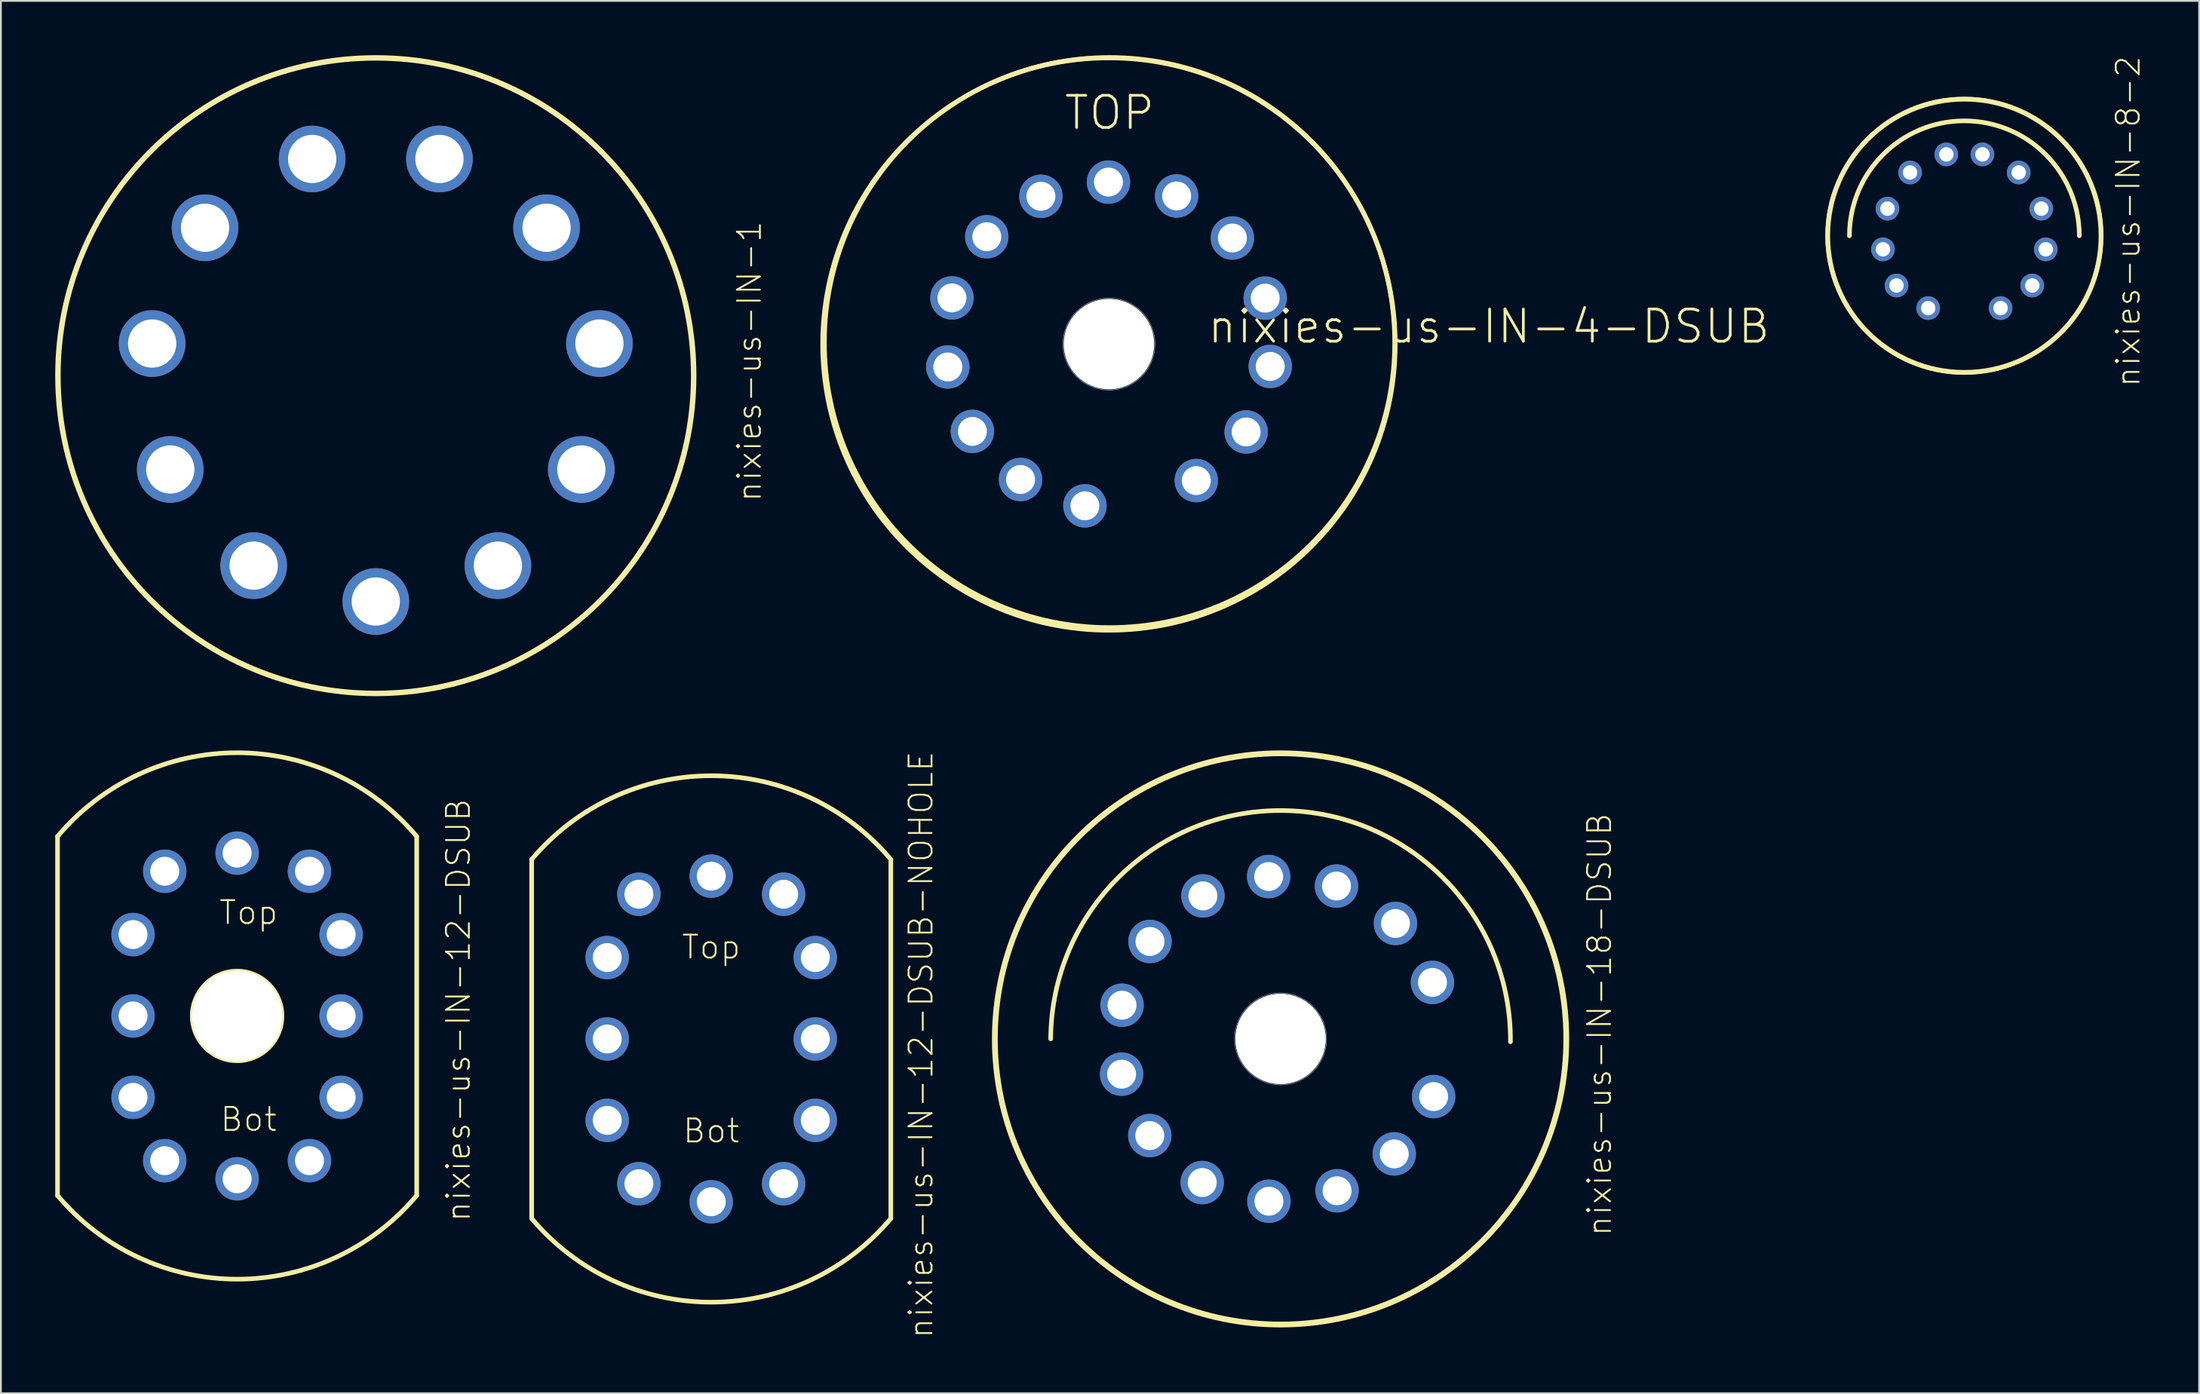
<source format=kicad_pcb>
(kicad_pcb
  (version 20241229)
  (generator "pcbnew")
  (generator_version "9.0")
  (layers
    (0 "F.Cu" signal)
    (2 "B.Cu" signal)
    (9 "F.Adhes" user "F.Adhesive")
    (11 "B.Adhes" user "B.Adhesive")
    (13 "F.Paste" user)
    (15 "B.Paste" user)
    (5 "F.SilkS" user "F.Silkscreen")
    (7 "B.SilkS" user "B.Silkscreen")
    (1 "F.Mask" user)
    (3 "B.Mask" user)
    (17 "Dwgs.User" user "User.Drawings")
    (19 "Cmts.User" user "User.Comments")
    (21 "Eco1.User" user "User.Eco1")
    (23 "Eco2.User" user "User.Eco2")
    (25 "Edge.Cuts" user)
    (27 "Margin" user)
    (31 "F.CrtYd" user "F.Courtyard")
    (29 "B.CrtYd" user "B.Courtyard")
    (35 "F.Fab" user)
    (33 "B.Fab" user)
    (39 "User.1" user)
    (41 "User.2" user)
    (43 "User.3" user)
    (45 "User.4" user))
  (footprint "nixies-us-IN-4-DSUB"
    (layer "F.Cu")
    (at 58.247 15.88)
    (property "Reference" "nixies-us-IN-4-DSUB" (at 20.955 -0.889 0) (layer "F.SilkS") (effects (font (size 1.778 1.778) (thickness 0.152))))
    (attr exclude_from_pos_files exclude_from_bom)
    (fp_circle (center 0 0) (end 0 -2.54) (stroke (width 0.025) (type solid)) (fill no) (layer "F.Mask"))
    (fp_circle (center 0 0) (end 0 -1.27) (stroke (width 2.54) (type solid)) (fill no) (layer "F.Mask"))
    (fp_circle (center 0 0) (end 0 -1.27) (stroke (width 2.54) (type solid)) (fill no) (layer "B.Mask"))
    (fp_circle (center -0.033 0.086) (end -0.033 -15.73) (stroke (width 0.254) (type solid)) (fill no) (layer "F.SilkS"))
    (fp_circle (center 0 0) (end 0 -15.753) (stroke (width 0.254) (type solid)) (fill no) (layer "F.SilkS"))
    (fp_circle (center -0.033 0.086) (end -0.033 -2.454) (stroke (width 0.025) (type solid)) (fill no) (layer "Dwgs.User"))
    (fp_text user "TOP" (at 0 -12.7 0) (layer "F.SilkS") (effects (font (size 1.778 1.778) (thickness 0.152))))
    (pad "" np_thru_hole circle (at -0.033 0.086) (size 4.999 4.999) (drill 4.999) (layers "*.Cu" "*.Mask"))
    (pad "0" thru_hole circle (at -3.792 -8.082) (size 2.398 2.398) (drill 1.598) (layers "*.Cu" "*.Mask"))
    (pad "1" thru_hole circle (at -1.361 9.025) (size 2.398 2.398) (drill 1.598) (layers "*.Cu" "*.Mask"))
    (pad "2" thru_hole circle (at -6.782 -5.847) (size 2.398 2.398) (drill 1.598) (layers "*.Cu" "*.Mask"))
    (pad "3" thru_hole circle (at -8.936 1.351) (size 2.398 2.398) (drill 1.598) (layers "*.Cu" "*.Mask"))
    (pad "4" thru_hole circle (at 4.793 7.63) (size 2.398 2.398) (drill 1.598) (layers "*.Cu" "*.Mask"))
    (pad "5" thru_hole circle (at -7.577 4.912) (size 2.398 2.398) (drill 1.598) (layers "*.Cu" "*.Mask"))
    (pad "6" thru_hole circle (at 7.546 4.943) (size 2.398 2.398) (drill 1.598) (layers "*.Cu" "*.Mask"))
    (pad "7" thru_hole circle (at 3.706 -8.1) (size 2.398 2.398) (drill 1.598) (layers "*.Cu" "*.Mask"))
    (pad "8" thru_hole circle (at 8.877 1.321) (size 2.398 2.398) (drill 1.598) (layers "*.Cu" "*.Mask"))
    (pad "9" thru_hole circle (at 6.787 -5.776) (size 2.398 2.398) (drill 1.598) (layers "*.Cu" "*.Mask"))
    (pad "A1" thru_hole circle (at -4.917 7.569) (size 2.398 2.398) (drill 1.598) (layers "*.Cu" "*.Mask"))
    (pad "A2" thru_hole circle (at -8.707 -2.466) (size 2.398 2.398) (drill 1.598) (layers "*.Cu" "*.Mask"))
    (pad "A3" thru_hole circle (at 8.6 -2.454) (size 2.398 2.398) (drill 1.598) (layers "*.Cu" "*.Mask"))
    (pad "N/C" thru_hole circle (at -0.061 -8.867) (size 2.398 2.398) (drill 1.598) (layers "*.Cu" "*.Mask")))
  (footprint "nixies-us-IN-12-DSUB-NOHOLE"
    (layer "F.Cu")
    (at 36.243 54.369)
    (property "Reference" "nixies-us-IN-12-DSUB-NOHOLE" (at 11.587 0.318 90) (layer "F.SilkS") (effects (font (size 1.27 1.27) (thickness 0.102))))
    (attr exclude_from_pos_files exclude_from_bom)
    (fp_line (start -9.921 9.921) (end -9.921 -9.921) (stroke (width 0.254) (type solid)) (layer "F.SilkS"))
    (fp_line (start 9.921 -9.921) (end 9.921 9.921) (stroke (width 0.254) (type solid)) (layer "F.SilkS"))
    (fp_arc (start -9.92124 -9.92124) (mid 0.000928 -14.547158) (end 9.922433 -9.919819) (stroke (width 0.254) (type solid)) (layer "F.SilkS"))
    (fp_arc (start 9.92124 9.92124) (mid -0.000928 14.547158) (end -9.922433 9.919819) (stroke (width 0.254) (type solid)) (layer "F.SilkS"))
    (fp_text user "Top" (at 0 -5.08 0) (layer "F.SilkS") (effects (font (size 1.27 1.27) (thickness 0.102))))
    (fp_text user "Bot" (at 0 5.08 0) (layer "F.SilkS") (effects (font (size 1.27 1.27) (thickness 0.102))))
    (pad "0" thru_hole circle (at 5.748 4.498) (size 2.398 2.398) (drill 1.598) (layers "*.Cu" "*.Mask"))
    (pad "1" thru_hole circle (at -3.998 7.998) (size 2.398 2.398) (drill 1.598) (layers "*.Cu" "*.Mask"))
    (pad "2" thru_hole circle (at -5.748 4.498) (size 2.398 2.398) (drill 1.598) (layers "*.Cu" "*.Mask"))
    (pad "3" thru_hole circle (at -5.748 0) (size 2.398 2.398) (drill 1.598) (layers "*.Cu" "*.Mask"))
    (pad "4" thru_hole circle (at -5.748 -4.498) (size 2.398 2.398) (drill 1.598) (layers "*.Cu" "*.Mask"))
    (pad "5" thru_hole circle (at -3.998 -7.998) (size 2.398 2.398) (drill 1.598) (layers "*.Cu" "*.Mask"))
    (pad "6" thru_hole circle (at 0 -8.999) (size 2.398 2.398) (drill 1.598) (layers "*.Cu" "*.Mask"))
    (pad "7" thru_hole circle (at 3.998 -7.998) (size 2.398 2.398) (drill 1.598) (layers "*.Cu" "*.Mask"))
    (pad "8" thru_hole circle (at 5.748 -4.498) (size 2.398 2.398) (drill 1.598) (layers "*.Cu" "*.Mask"))
    (pad "9" thru_hole circle (at 5.748 0) (size 2.398 2.398) (drill 1.598) (layers "*.Cu" "*.Mask"))
    (pad "A" thru_hole circle (at 3.998 7.998) (size 2.398 2.398) (drill 1.598) (layers "*.Cu" "*.Mask"))
    (pad "LHDP" thru_hole circle (at 0 8.999) (size 2.398 2.398) (drill 1.598) (layers "*.Cu" "*.Mask")))
  (footprint "nixies-us-IN-18-DSUB"
    (layer "F.Cu")
    (at 67.695 54.366)
    (property "Reference" "nixies-us-IN-18-DSUB" (at 17.62 -0.792 90) (layer "F.SilkS") (effects (font (size 1.27 1.27) (thickness 0.102))))
    (attr exclude_from_pos_files exclude_from_bom)
    (fp_circle (center 0 0) (end 0 -2.54) (stroke (width 0.025) (type solid)) (fill no) (layer "F.Mask"))
    (fp_circle (center 0 0) (end 0 -1.27) (stroke (width 2.54) (type solid)) (fill no) (layer "F.Mask"))
    (fp_circle (center 0 0) (end 0 -1.27) (stroke (width 2.54) (type solid)) (fill no) (layer "B.Mask"))
    (fp_arc (start -12.7 0) (mid 0.07874 -12.62126) (end 12.7 0.15748) (stroke (width 0.254) (type solid)) (layer "F.SilkS"))
    (fp_circle (center 0 0) (end 0 -15.817) (stroke (width 0.254) (type solid)) (fill no) (layer "F.SilkS"))
    (fp_circle (center 0 0) (end 0 -15.753) (stroke (width 0.254) (type solid)) (fill no) (layer "F.SilkS"))
    (fp_circle (center 0 0) (end 0 -2.54) (stroke (width 0.025) (type solid)) (fill no) (layer "Dwgs.User"))
    (pad "" np_thru_hole circle (at 0 0) (size 4.999 4.999) (drill 4.999) (layers "*.Cu" "*.Mask"))
    (pad "0" thru_hole circle (at 6.281 6.355) (size 2.398 2.398) (drill 1.598) (layers "*.Cu" "*.Mask"))
    (pad "1" thru_hole circle (at -0.643 8.971) (size 2.398 2.398) (drill 1.598) (layers "*.Cu" "*.Mask"))
    (pad "2" thru_hole circle (at -4.328 7.938) (size 2.398 2.398) (drill 1.598) (layers "*.Cu" "*.Mask"))
    (pad "3" thru_hole circle (at -8.758 -1.862) (size 2.398 2.398) (drill 1.598) (layers "*.Cu" "*.Mask"))
    (pad "4" thru_hole circle (at 6.347 -6.38) (size 2.398 2.398) (drill 1.598) (layers "*.Cu" "*.Mask"))
    (pad "5" thru_hole circle (at 3.089 -8.448) (size 2.398 2.398) (drill 1.598) (layers "*.Cu" "*.Mask"))
    (pad "6" thru_hole circle (at -4.29 -7.904) (size 2.398 2.398) (drill 1.598) (layers "*.Cu" "*.Mask"))
    (pad "7" thru_hole circle (at -7.214 -5.385) (size 2.398 2.398) (drill 1.598) (layers "*.Cu" "*.Mask"))
    (pad "8" thru_hole circle (at -7.226 5.342) (size 2.398 2.398) (drill 1.598) (layers "*.Cu" "*.Mask"))
    (pad "9" thru_hole circle (at 8.456 3.188) (size 2.398 2.398) (drill 1.598) (layers "*.Cu" "*.Mask"))
    (pad "A" thru_hole circle (at -0.658 -8.974) (size 2.398 2.398) (drill 1.598) (layers "*.Cu" "*.Mask"))
    (pad "A2" thru_hole circle (at 3.122 8.392) (size 2.398 2.398) (drill 1.598) (layers "*.Cu" "*.Mask"))
    (pad "N/C" thru_hole circle (at 8.392 -3.122) (size 2.398 2.398) (drill 1.598) (layers "*.Cu" "*.Mask"))
    (pad "N/C2" thru_hole circle (at -8.781 1.948) (size 2.398 2.398) (drill 1.598) (layers "*.Cu" "*.Mask")))
  (footprint "nixies-us-IN-12-DSUB"
    (layer "F.Cu")
    (at 10.049 53.097)
    (property "Reference" "nixies-us-IN-12-DSUB" (at 12.222 -0.318 90) (layer "F.SilkS") (effects (font (size 1.27 1.27) (thickness 0.102))))
    (attr exclude_from_pos_files exclude_from_bom)
    (fp_line (start -9.921 9.921) (end -9.921 -9.921) (stroke (width 0.254) (type solid)) (layer "F.SilkS"))
    (fp_line (start 9.921 -9.921) (end 9.921 9.921) (stroke (width 0.254) (type solid)) (layer "F.SilkS"))
    (fp_arc (start -9.92124 -9.92124) (mid 0.000928 -14.547158) (end 9.922433 -9.919819) (stroke (width 0.254) (type solid)) (layer "F.SilkS"))
    (fp_arc (start 9.92124 9.92124) (mid -0.000928 14.547158) (end -9.922433 9.919819) (stroke (width 0.254) (type solid)) (layer "F.SilkS"))
    (fp_circle (center 0 0) (end 0 -2.54) (stroke (width 0.127) (type solid)) (fill no) (layer "F.SilkS"))
    (fp_text user "Top" (at 0.635 -5.715 0) (layer "F.SilkS") (effects (font (size 1.27 1.27) (thickness 0.102))))
    (fp_text user "Bot" (at 0.635 5.715 0) (layer "F.SilkS") (effects (font (size 1.27 1.27) (thickness 0.102))))
    (pad "" np_thru_hole circle (at 0 0) (size 4.999 4.999) (drill 4.999) (layers "*.Cu" "*.Mask"))
    (pad "0" thru_hole circle (at 5.748 4.498) (size 2.398 2.398) (drill 1.598) (layers "*.Cu" "*.Mask"))
    (pad "1" thru_hole circle (at -3.998 7.998) (size 2.398 2.398) (drill 1.598) (layers "*.Cu" "*.Mask"))
    (pad "2" thru_hole circle (at -5.748 4.498) (size 2.398 2.398) (drill 1.598) (layers "*.Cu" "*.Mask"))
    (pad "3" thru_hole circle (at -5.748 0) (size 2.398 2.398) (drill 1.598) (layers "*.Cu" "*.Mask"))
    (pad "4" thru_hole circle (at -5.748 -4.498) (size 2.398 2.398) (drill 1.598) (layers "*.Cu" "*.Mask"))
    (pad "5" thru_hole circle (at -3.998 -7.998) (size 2.398 2.398) (drill 1.598) (layers "*.Cu" "*.Mask"))
    (pad "6" thru_hole circle (at 0 -8.999) (size 2.398 2.398) (drill 1.598) (layers "*.Cu" "*.Mask"))
    (pad "7" thru_hole circle (at 3.998 -7.998) (size 2.398 2.398) (drill 1.598) (layers "*.Cu" "*.Mask"))
    (pad "8" thru_hole circle (at 5.748 -4.498) (size 2.398 2.398) (drill 1.598) (layers "*.Cu" "*.Mask"))
    (pad "9" thru_hole circle (at 5.748 0) (size 2.398 2.398) (drill 1.598) (layers "*.Cu" "*.Mask"))
    (pad "A" thru_hole circle (at 3.998 7.998) (size 2.398 2.398) (drill 1.598) (layers "*.Cu" "*.Mask"))
    (pad "LHDP" thru_hole circle (at 0 8.999) (size 2.398 2.398) (drill 1.598) (layers "*.Cu" "*.Mask")))
  (footprint "nixies-us-IN-1"
    (layer "F.Cu")
    (at 17.711 17.711)
    (property "Reference" "nixies-us-IN-1" (at 20.637 -0.792 90) (layer "F.SilkS") (effects (font (size 1.27 1.27) (thickness 0.102))))
    (attr exclude_from_pos_files exclude_from_bom)
    (fp_circle (center 0 0) (end 0 -17.562) (stroke (width 0.3) (type solid)) (fill no) (layer "F.SilkS"))
    (pad "0" thru_hole circle (at 0 12.482) (size 3.683 3.683) (drill 2.667) (layers "*.Cu" "*.Mask"))
    (pad "1" thru_hole circle (at -11.354 5.184) (size 3.683 3.683) (drill 2.667) (layers "*.Cu" "*.Mask"))
    (pad "2" thru_hole circle (at -12.355 -1.775) (size 3.683 3.683) (drill 2.667) (layers "*.Cu" "*.Mask"))
    (pad "3" thru_hole circle (at -9.434 -8.174) (size 3.683 3.683) (drill 2.667) (layers "*.Cu" "*.Mask"))
    (pad "4" thru_hole circle (at -3.515 -11.976) (size 3.683 3.683) (drill 2.667) (layers "*.Cu" "*.Mask"))
    (pad "5" thru_hole circle (at 3.515 -11.976) (size 3.683 3.683) (drill 2.667) (layers "*.Cu" "*.Mask"))
    (pad "6" thru_hole circle (at 9.434 -8.174) (size 3.683 3.683) (drill 2.667) (layers "*.Cu" "*.Mask"))
    (pad "7" thru_hole circle (at 12.355 -1.775) (size 3.683 3.683) (drill 2.667) (layers "*.Cu" "*.Mask"))
    (pad "8" thru_hole circle (at 11.354 5.184) (size 3.683 3.683) (drill 2.667) (layers "*.Cu" "*.Mask"))
    (pad "9" thru_hole circle (at 6.746 10.5) (size 3.683 3.683) (drill 2.667) (layers "*.Cu" "*.Mask"))
    (pad "A" thru_hole circle (at -6.746 10.5) (size 3.683 3.683) (drill 2.667) (layers "*.Cu" "*.Mask")))
  (footprint "nixies-us-IN-8-2"
    (layer "F.Cu")
    (at 105.472 9.98)
    (property "Reference" "nixies-us-IN-8-2" (at 9.047 -0.792 90) (layer "F.SilkS") (effects (font (size 1.27 1.27) (thickness 0.102))))
    (attr exclude_from_pos_files exclude_from_bom)
    (fp_arc (start -6.35 0) (mid 0 -6.35) (end 6.35 0) (stroke (width 0.127) (type solid)) (layer "F.SilkS"))
    (fp_arc (start -6.35 0) (mid 0 -6.35) (end 6.35 0) (stroke (width 0.254) (type solid)) (layer "F.SilkS"))
    (fp_circle (center 0 0) (end 0 -7.62) (stroke (width 0.127) (type solid)) (fill no) (layer "F.SilkS"))
    (fp_circle (center 0 0) (end 0 -7.546) (stroke (width 0.254) (type solid)) (fill no) (layer "F.SilkS"))
    (pad "." thru_hole circle (at -3 -3.498) (size 1.306 1.306) (drill 0.798) (layers "*.Cu" "*.Mask"))
    (pad "0" thru_hole circle (at -3.749 2.748) (size 1.306 1.306) (drill 0.798) (layers "*.Cu" "*.Mask"))
    (pad "1" thru_hole circle (at 1.999 3.998) (size 1.306 1.306) (drill 0.798) (layers "*.Cu" "*.Mask"))
    (pad "2" thru_hole circle (at 3.749 2.748) (size 1.306 1.306) (drill 0.798) (layers "*.Cu" "*.Mask"))
    (pad "3" thru_hole circle (at 4.498 0.749) (size 1.306 1.306) (drill 0.798) (layers "*.Cu" "*.Mask"))
    (pad "4" thru_hole circle (at 4.249 -1.499) (size 1.306 1.306) (drill 0.798) (layers "*.Cu" "*.Mask"))
    (pad "5" thru_hole circle (at 3 -3.498) (size 1.306 1.306) (drill 0.798) (layers "*.Cu" "*.Mask"))
    (pad "6" thru_hole circle (at 0.998 -4.498) (size 1.306 1.306) (drill 0.798) (layers "*.Cu" "*.Mask"))
    (pad "7" thru_hole circle (at -0.998 -4.498) (size 1.306 1.306) (drill 0.798) (layers "*.Cu" "*.Mask"))
    (pad "8" thru_hole circle (at -4.249 -1.499) (size 1.306 1.306) (drill 0.798) (layers "*.Cu" "*.Mask"))
    (pad "9" thru_hole circle (at -4.498 0.749) (size 1.306 1.306) (drill 0.798) (layers "*.Cu" "*.Mask"))
    (pad "A" thru_hole circle (at -1.999 3.998) (size 1.306 1.306) (drill 0.798) (layers "*.Cu" "*.Mask")))
  (gr_rect
    (start -3 -3)
    (end 118.441 73.949)
    (stroke (width 0.1) (type default))
    (fill no)
    (layer "Edge.Cuts")))
</source>
